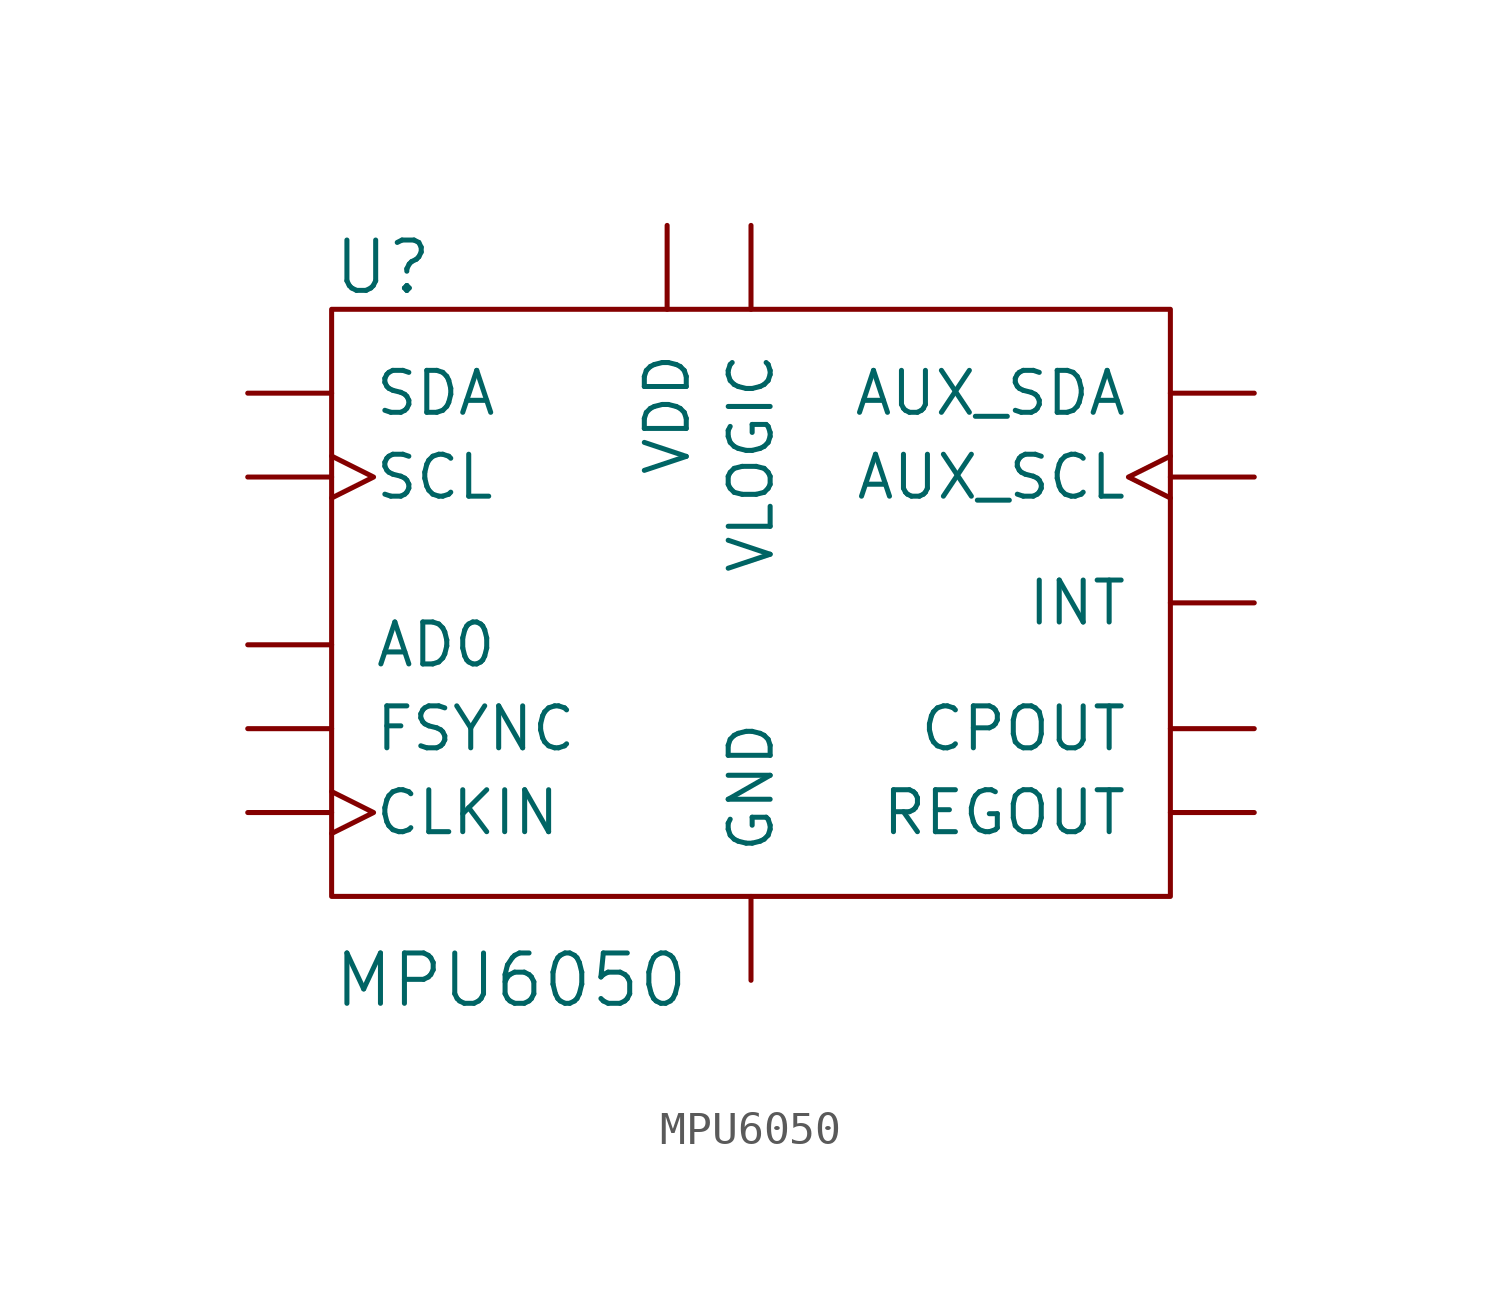
<source format=kicad_sym>
(kicad_symbol_lib
  (version 20211014)
  (generator kicad_symbol_editor)
  (symbol "MPU6050"
    (pin_numbers hide)
    (pin_names
      (offset 1.27))
    (property "Reference" "U"
      (at -12.7 11.43 0)
      (effects (font (size 1.524 1.524)) (justify left)))
    (property "Value" "MPU6050"
      (at -12.7 -10.16 0)
      (effects (font (size 1.524 1.524)) (justify left)))
    (symbol "MPU6050_0_1"
      (rectangle (start -12.7 10.16) (end 12.7 -7.62) (stroke (width 0) (type default) (color 0 0 0 0)) (fill (type none))))
    (symbol "MPU6050_1_1"
      (pin input clock (at -15.24 -5.08 0) (length 2.54) (name "CLKIN" (effects (font (size 1.27 1.27)))) (number "1" (effects (font (size 1.27 1.27)))))
      (pin passive line (at 15.24 -5.08 180) (length 2.54) (name "REGOUT" (effects (font (size 1.27 1.27)))) (number "10" (effects (font (size 1.27 1.27)))))
      (pin input line (at -15.24 -2.54 0) (length 2.54) (name "FSYNC" (effects (font (size 1.27 1.27)))) (number "11" (effects (font (size 1.27 1.27)))))
      (pin output line (at 15.24 1.27 180) (length 2.54) (name "INT" (effects (font (size 1.27 1.27)))) (number "12" (effects (font (size 1.27 1.27)))))
      (pin power_in line (at -2.54 12.7 270) (length 2.54) (name "VDD" (effects (font (size 1.27 1.27)))) (number "13" (effects (font (size 1.27 1.27)))))
      (pin power_in line (at 0 -10.16 90) (length 2.54) (name "GND" (effects (font (size 1.27 1.27)))) (number "18" (effects (font (size 1.27 1.27)))))
      (pin passive line (at 15.24 -2.54 180) (length 2.54) (name "CPOUT" (effects (font (size 1.27 1.27)))) (number "20" (effects (font (size 1.27 1.27)))))
      (pin open_collector clock (at -15.24 5.08 0) (length 2.54) (name "SCL" (effects (font (size 1.27 1.27)))) (number "23" (effects (font (size 1.27 1.27)))))
      (pin open_collector line (at -15.24 7.62 0) (length 2.54) (name "SDA" (effects (font (size 1.27 1.27)))) (number "24" (effects (font (size 1.27 1.27)))))
      (pin open_collector line (at 15.24 7.62 180) (length 2.54) (name "AUX_SDA" (effects (font (size 1.27 1.27)))) (number "6" (effects (font (size 1.27 1.27)))))
      (pin open_collector clock (at 15.24 5.08 180) (length 2.54) (name "AUX_SCL" (effects (font (size 1.27 1.27)))) (number "7" (effects (font (size 1.27 1.27)))))
      (pin power_in line (at 0 12.7 270) (length 2.54) (name "VLOGIC" (effects (font (size 1.27 1.27)))) (number "8" (effects (font (size 1.27 1.27)))))
      (pin input line (at -15.24 0 0) (length 2.54) (name "AD0" (effects (font (size 1.27 1.27)))) (number "9" (effects (font (size 1.27 1.27))))))))
</source>
